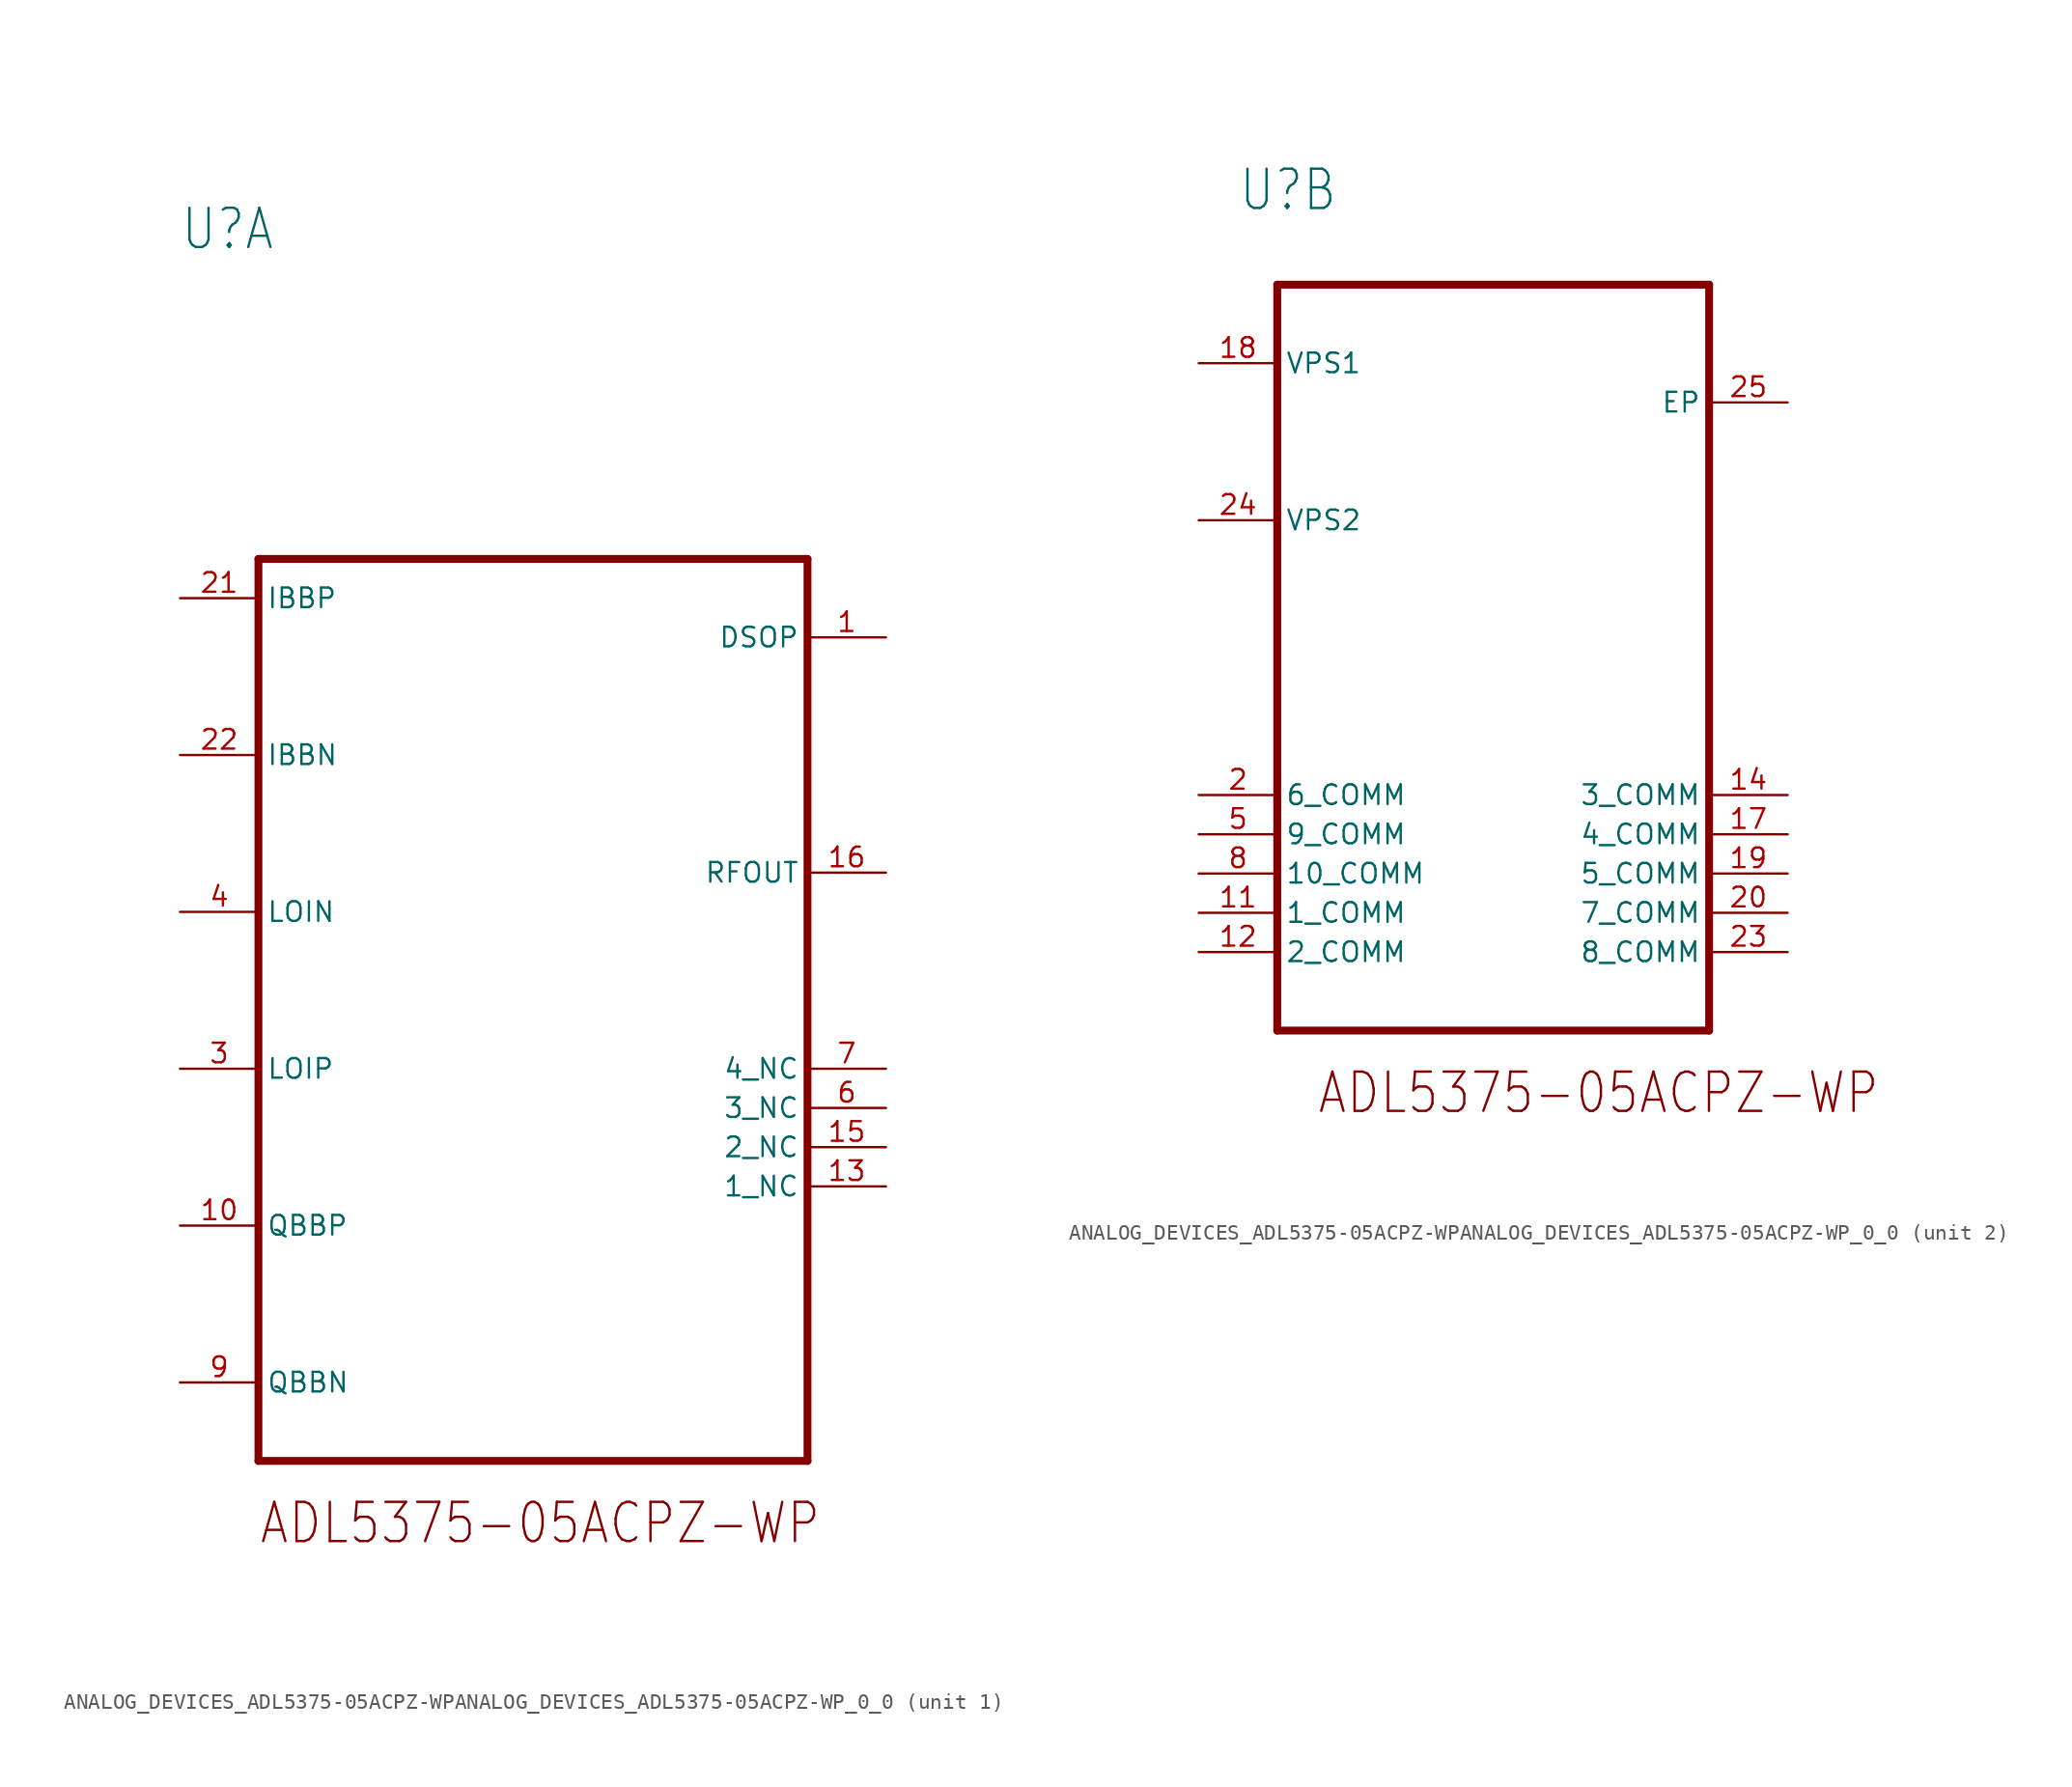
<source format=kicad_sym>
(kicad_symbol_lib
  (version 20231120)
  (generator "kicad_symbol_editor")
  (generator_version "8.0")
  (symbol "ANALOG_DEVICES_ADL5375-05ACPZ-WPANALOG_DEVICES_ADL5375-05ACPZ-WP_0_0"
    (property "Reference" "U"
      (at -5.08 20.32 0)
      (effects (font (size 2.54 2.159)) (justify left top)))
    (property "ki_locked" ""
      (at 0 0 0)
      (effects (font (size 1.27 1.27))))
    (symbol "ANALOG_DEVICES_ADL5375-05ACPZ-WPANALOG_DEVICES_ADL5375-05ACPZ-WP_0_0_1_0"
      (polyline (pts (xy 0 -60.96) (xy 0 -2.54)) (stroke (width 0.508) (type solid)) (fill (type none)))
      (polyline (pts (xy 0 -2.54) (xy 35.56 -2.54)) (stroke (width 0.508) (type solid)) (fill (type none)))
      (polyline (pts (xy 35.56 -60.96) (xy 0 -60.96)) (stroke (width 0.508) (type solid)) (fill (type none)))
      (polyline (pts (xy 35.56 -2.54) (xy 35.56 -60.96)) (stroke (width 0.508) (type solid)) (fill (type none)))
      (text "ADL5375-05ACPZ-WP" (at 0 -63.5 0) (effects (font (size 2.54 2.159)) (justify left top)))
      (pin input line (at 40.64 -7.62 180) (length 5.08) (name "DSOP" (effects (font (size 1.27 1.27)))) (number "1" (effects (font (size 1.27 1.27)))))
      (pin input line (at -5.08 -45.72 0) (length 5.08) (name "QBBP" (effects (font (size 1.27 1.27)))) (number "10" (effects (font (size 1.27 1.27)))))
      (pin passive line (at 40.64 -43.18 180) (length 5.08) (name "1_NC" (effects (font (size 1.27 1.27)))) (number "13" (effects (font (size 1.27 1.27)))))
      (pin passive line (at 40.64 -40.64 180) (length 5.08) (name "2_NC" (effects (font (size 1.27 1.27)))) (number "15" (effects (font (size 1.27 1.27)))))
      (pin output line (at 40.64 -22.86 180) (length 5.08) (name "RFOUT" (effects (font (size 1.27 1.27)))) (number "16" (effects (font (size 1.27 1.27)))))
      (pin input line (at -5.08 -5.08 0) (length 5.08) (name "IBBP" (effects (font (size 1.27 1.27)))) (number "21" (effects (font (size 1.27 1.27)))))
      (pin input line (at -5.08 -15.24 0) (length 5.08) (name "IBBN" (effects (font (size 1.27 1.27)))) (number "22" (effects (font (size 1.27 1.27)))))
      (pin input line (at -5.08 -35.56 0) (length 5.08) (name "LOIP" (effects (font (size 1.27 1.27)))) (number "3" (effects (font (size 1.27 1.27)))))
      (pin input line (at -5.08 -25.4 0) (length 5.08) (name "LOIN" (effects (font (size 1.27 1.27)))) (number "4" (effects (font (size 1.27 1.27)))))
      (pin passive line (at 40.64 -38.1 180) (length 5.08) (name "3_NC" (effects (font (size 1.27 1.27)))) (number "6" (effects (font (size 1.27 1.27)))))
      (pin passive line (at 40.64 -35.56 180) (length 5.08) (name "4_NC" (effects (font (size 1.27 1.27)))) (number "7" (effects (font (size 1.27 1.27)))))
      (pin input line (at -5.08 -55.88 0) (length 5.08) (name "QBBN" (effects (font (size 1.27 1.27)))) (number "9" (effects (font (size 1.27 1.27))))))
    (symbol "ANALOG_DEVICES_ADL5375-05ACPZ-WPANALOG_DEVICES_ADL5375-05ACPZ-WP_0_0_2_0"
      (polyline (pts (xy -2.54 -35.56) (xy -2.54 12.7)) (stroke (width 0.508) (type solid)) (fill (type none)))
      (polyline (pts (xy -2.54 12.7) (xy 25.4 12.7)) (stroke (width 0.508) (type solid)) (fill (type none)))
      (polyline (pts (xy 25.4 -35.56) (xy -2.54 -35.56)) (stroke (width 0.508) (type solid)) (fill (type none)))
      (polyline (pts (xy 25.4 12.7) (xy 25.4 -35.56)) (stroke (width 0.508) (type solid)) (fill (type none)))
      (text "ADL5375-05ACPZ-WP" (at 0 -38.1 0) (effects (font (size 2.54 2.159)) (justify left top)))
      (pin power_in line (at -7.62 -27.94 0) (length 5.08) (name "1_COMM" (effects (font (size 1.27 1.27)))) (number "11" (effects (font (size 1.27 1.27)))))
      (pin power_in line (at -7.62 -30.48 0) (length 5.08) (name "2_COMM" (effects (font (size 1.27 1.27)))) (number "12" (effects (font (size 1.27 1.27)))))
      (pin power_in line (at 30.48 -20.32 180) (length 5.08) (name "3_COMM" (effects (font (size 1.27 1.27)))) (number "14" (effects (font (size 1.27 1.27)))))
      (pin power_in line (at 30.48 -22.86 180) (length 5.08) (name "4_COMM" (effects (font (size 1.27 1.27)))) (number "17" (effects (font (size 1.27 1.27)))))
      (pin power_in line (at -7.62 7.62 0) (length 5.08) (name "VPS1" (effects (font (size 1.27 1.27)))) (number "18" (effects (font (size 1.27 1.27)))))
      (pin power_in line (at 30.48 -25.4 180) (length 5.08) (name "5_COMM" (effects (font (size 1.27 1.27)))) (number "19" (effects (font (size 1.27 1.27)))))
      (pin power_in line (at -7.62 -20.32 0) (length 5.08) (name "6_COMM" (effects (font (size 1.27 1.27)))) (number "2" (effects (font (size 1.27 1.27)))))
      (pin power_in line (at 30.48 -27.94 180) (length 5.08) (name "7_COMM" (effects (font (size 1.27 1.27)))) (number "20" (effects (font (size 1.27 1.27)))))
      (pin power_in line (at 30.48 -30.48 180) (length 5.08) (name "8_COMM" (effects (font (size 1.27 1.27)))) (number "23" (effects (font (size 1.27 1.27)))))
      (pin power_in line (at -7.62 -2.54 0) (length 5.08) (name "VPS2" (effects (font (size 1.27 1.27)))) (number "24" (effects (font (size 1.27 1.27)))))
      (pin power_in line (at 30.48 5.08 180) (length 5.08) (name "EP" (effects (font (size 1.27 1.27)))) (number "25" (effects (font (size 1.27 1.27)))))
      (pin power_in line (at -7.62 -22.86 0) (length 5.08) (name "9_COMM" (effects (font (size 1.27 1.27)))) (number "5" (effects (font (size 1.27 1.27)))))
      (pin power_in line (at -7.62 -25.4 0) (length 5.08) (name "10_COMM" (effects (font (size 1.27 1.27)))) (number "8" (effects (font (size 1.27 1.27))))))))
</source>
